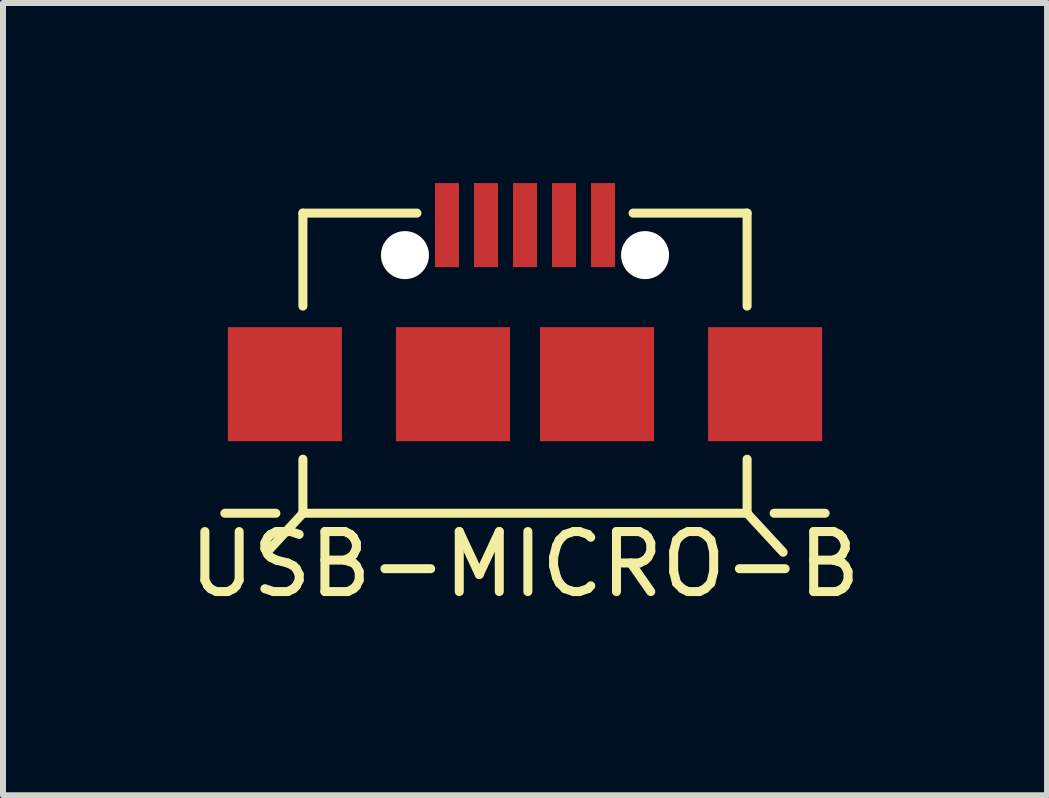
<source format=kicad_pcb>
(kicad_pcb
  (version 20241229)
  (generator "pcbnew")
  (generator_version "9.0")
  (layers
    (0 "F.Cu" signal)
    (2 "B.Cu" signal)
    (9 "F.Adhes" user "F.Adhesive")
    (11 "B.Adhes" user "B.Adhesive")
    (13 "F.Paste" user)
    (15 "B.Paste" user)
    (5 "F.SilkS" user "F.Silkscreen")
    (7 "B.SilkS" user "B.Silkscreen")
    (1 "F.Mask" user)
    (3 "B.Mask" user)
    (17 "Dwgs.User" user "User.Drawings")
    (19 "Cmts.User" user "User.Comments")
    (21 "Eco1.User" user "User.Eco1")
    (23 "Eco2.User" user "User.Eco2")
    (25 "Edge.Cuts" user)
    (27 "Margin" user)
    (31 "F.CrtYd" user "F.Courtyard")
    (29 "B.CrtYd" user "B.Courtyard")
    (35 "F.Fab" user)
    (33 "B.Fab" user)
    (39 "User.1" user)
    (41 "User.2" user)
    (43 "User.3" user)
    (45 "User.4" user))
  (footprint "USB-MICRO-B"
    (layer "F.Cu")
    (at 5.696 3.35)
    (property "Reference" "USB-MICRO-B" (at 0 3 0) (layer "F.SilkS") (effects (font (size 1 1) (thickness 0.15))))
    (attr through_hole)
    (fp_line (start -4.15 2.15) (end -5 2.15) (stroke (width 0.15) (type solid)) (layer "F.SilkS"))
    (fp_line (start -3.7 -2.85) (end -3.7 -1.3) (stroke (width 0.15) (type solid)) (layer "F.SilkS"))
    (fp_line (start -3.7 2.15) (end -4.3 2.8) (stroke (width 0.15) (type solid)) (layer "F.SilkS"))
    (fp_line (start -3.7 2.15) (end -3.7 1.25) (stroke (width 0.15) (type solid)) (layer "F.SilkS"))
    (fp_line (start -3.7 2.15) (end 3.7 2.15) (stroke (width 0.15) (type solid)) (layer "F.SilkS"))
    (fp_line (start -1.8 -2.85) (end -3.7 -2.85) (stroke (width 0.15) (type solid)) (layer "F.SilkS"))
    (fp_line (start 1.8 -2.85) (end 3.7 -2.85) (stroke (width 0.15) (type solid)) (layer "F.SilkS"))
    (fp_line (start 3.7 -2.85) (end 3.7 -1.3) (stroke (width 0.15) (type solid)) (layer "F.SilkS"))
    (fp_line (start 3.7 2.15) (end 3.7 1.25) (stroke (width 0.15) (type solid)) (layer "F.SilkS"))
    (fp_line (start 3.7 2.15) (end 4.3 2.8) (stroke (width 0.15) (type solid)) (layer "F.SilkS"))
    (fp_line (start 4.15 2.15) (end 5 2.15) (stroke (width 0.15) (type solid)) (layer "F.SilkS"))
    (pad "" np_thru_hole circle (at -2 -2.15) (size 0.8 0.8) (drill 0.8) (layers "*.Cu"))
    (pad "" np_thru_hole circle (at 2 -2.15) (size 0.8 0.8) (drill 0.8) (layers "*.Cu"))
    (pad "1" smd rect (at -1.3 -2.65) (size 0.4 1.4) (layers "F.Cu" "F.Mask" "F.Paste"))
    (pad "2" smd rect (at -0.65 -2.65) (size 0.4 1.4) (layers "F.Cu" "F.Mask" "F.Paste"))
    (pad "3" smd rect (at 0 -2.65) (size 0.4 1.4) (layers "F.Cu" "F.Mask" "F.Paste"))
    (pad "4" smd rect (at 0.65 -2.65) (size 0.4 1.4) (layers "F.Cu" "F.Mask" "F.Paste"))
    (pad "5" smd rect (at 1.3 -2.65) (size 0.4 1.4) (layers "F.Cu" "F.Mask" "F.Paste"))
    (pad "6" smd rect (at -4 0) (size 1.9 1.9) (layers "F.Cu" "F.Mask" "F.Paste"))
    (pad "6" smd rect (at -1.2 0) (size 1.9 1.9) (layers "F.Cu" "F.Mask" "F.Paste"))
    (pad "6" smd rect (at 1.2 0) (size 1.9 1.9) (layers "F.Cu" "F.Mask" "F.Paste"))
    (pad "6" smd rect (at 4 0) (size 1.9 1.9) (layers "F.Cu" "F.Mask" "F.Paste")))
  (gr_rect
    (start -3 -3)
    (end 14.393 10.198)
    (stroke (width 0.1) (type default))
    (fill no)
    (layer "Edge.Cuts")))
</source>
